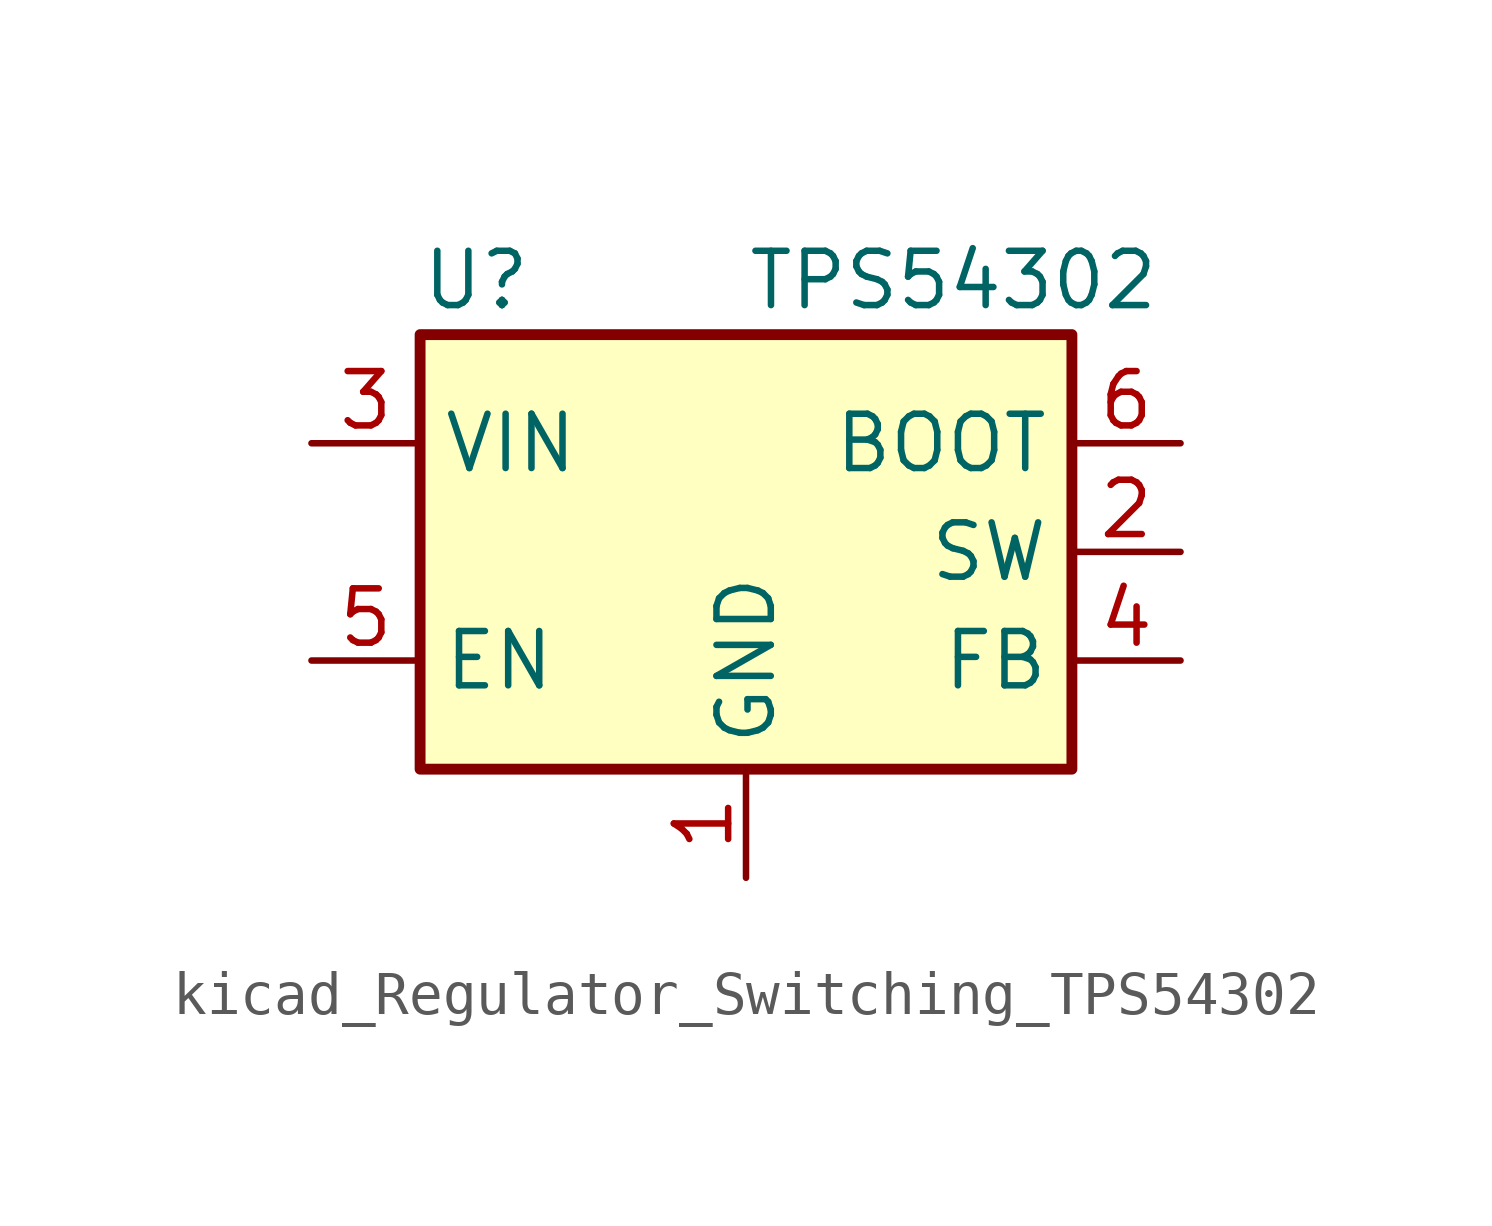
<source format=kicad_sym>
(kicad_symbol_lib
  (version 20220914)
  (generator kicad_symbol_editor)
  (symbol "kicad_Regulator_Switching_TPS54302"
    (property "Reference" "U"
      (at -7.62 6.35 0)
      (effects (font (size 1.27 1.27)) (justify left)))
    (property "Value" "TPS54302"
      (at 0 6.35 0)
      (effects (font (size 1.27 1.27)) (justify left)))
    (symbol "kicad_Regulator_Switching_TPS54302_0_1"
      (rectangle (start -7.62 5.08) (end 7.62 -5.08) (stroke (width 0.254) (type default)) (fill (type background))))
    (symbol "kicad_Regulator_Switching_TPS54302_1_1"
      (pin power_in line (at 0 -7.62 90) (length 2.54) (name "GND" (effects (font (size 1.27 1.27)))) (number "1" (effects (font (size 1.27 1.27)))))
      (pin power_out line (at 10.16 0 180) (length 2.54) (name "SW" (effects (font (size 1.27 1.27)))) (number "2" (effects (font (size 1.27 1.27)))))
      (pin power_in line (at -10.16 2.54 0) (length 2.54) (name "VIN" (effects (font (size 1.27 1.27)))) (number "3" (effects (font (size 1.27 1.27)))))
      (pin input line (at 10.16 -2.54 180) (length 2.54) (name "FB" (effects (font (size 1.27 1.27)))) (number "4" (effects (font (size 1.27 1.27)))))
      (pin input line (at -10.16 -2.54 0) (length 2.54) (name "EN" (effects (font (size 1.27 1.27)))) (number "5" (effects (font (size 1.27 1.27)))))
      (pin passive line (at 10.16 2.54 180) (length 2.54) (name "BOOT" (effects (font (size 1.27 1.27)))) (number "6" (effects (font (size 1.27 1.27))))))))
</source>
